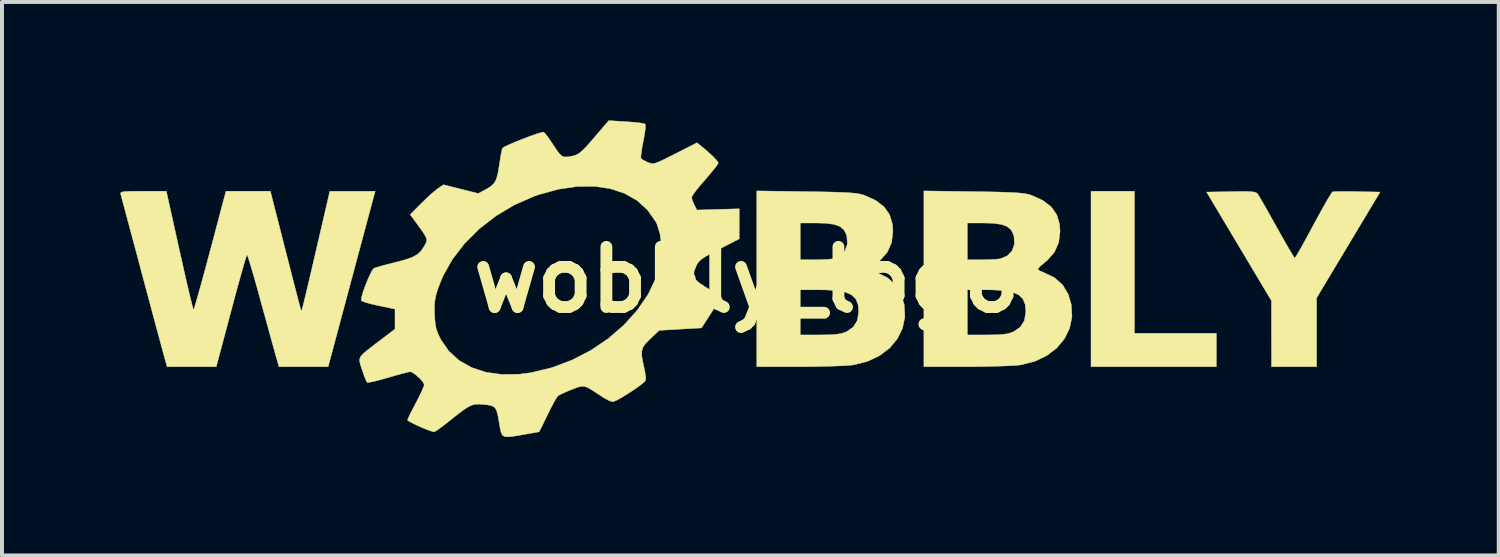
<source format=kicad_pcb>
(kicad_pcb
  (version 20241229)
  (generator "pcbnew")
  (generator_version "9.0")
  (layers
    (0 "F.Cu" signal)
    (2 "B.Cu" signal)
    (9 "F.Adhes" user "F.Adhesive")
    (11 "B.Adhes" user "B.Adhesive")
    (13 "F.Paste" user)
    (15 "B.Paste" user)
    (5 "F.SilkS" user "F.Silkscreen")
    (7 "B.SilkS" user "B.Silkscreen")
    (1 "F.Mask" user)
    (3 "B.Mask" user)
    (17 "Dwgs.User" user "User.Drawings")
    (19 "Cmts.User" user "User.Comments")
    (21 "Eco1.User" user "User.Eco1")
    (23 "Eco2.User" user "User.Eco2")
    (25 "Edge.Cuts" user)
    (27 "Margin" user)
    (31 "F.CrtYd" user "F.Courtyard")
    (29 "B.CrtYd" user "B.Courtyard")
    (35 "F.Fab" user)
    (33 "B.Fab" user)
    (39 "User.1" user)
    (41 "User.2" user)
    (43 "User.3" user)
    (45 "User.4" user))
  (footprint "wobbly_logo"
    (layer "F.Cu")
    (at 15.867 4.038)
    (property "Reference" "wobbly_logo" (at 0 0 0) (layer "F.SilkS") (effects (font (size 1.524 1.524) (thickness 0.3))))
    (attr through_hole)
    (fp_poly (pts (xy 9.821 1.355) (xy 11.896 1.355) (xy 11.896 2.201) (xy 8.721 2.201) (xy 8.721 -2.244) (xy 9.821 -2.244) (xy 9.821 1.355)) (stroke (width 0.01) (type solid)) (fill yes) (layer "F.SilkS"))
    (fp_poly (pts (xy 12.687 -2.237) (xy 12.804 -2.231) (xy 12.877 -2.218) (xy 12.921 -2.196) (xy 12.945 -2.171) (xy 12.982 -2.112) (xy 13.053 -1.992) (xy 13.15 -1.822) (xy 13.267 -1.614) (xy 13.397 -1.382) (xy 13.43 -1.323) (xy 13.559 -1.092) (xy 13.675 -0.889) (xy 13.771 -0.725) (xy 13.841 -0.609) (xy 13.879 -0.554) (xy 13.883 -0.55) (xy 13.909 -0.586) (xy 13.969 -0.686) (xy 14.056 -0.839) (xy 14.165 -1.036) (xy 14.289 -1.265) (xy 14.352 -1.381) (xy 14.482 -1.622) (xy 14.602 -1.838) (xy 14.704 -2.017) (xy 14.782 -2.147) (xy 14.83 -2.219) (xy 14.84 -2.229) (xy 14.897 -2.234) (xy 15.021 -2.237) (xy 15.196 -2.238) (xy 15.405 -2.235) (xy 15.464 -2.234) (xy 16.044 -2.223) (xy 15.24 -0.882) (xy 14.436 0.458) (xy 14.436 2.201) (xy 13.293 2.201) (xy 13.292 1.365) (xy 13.291 0.529) (xy 11.648 -2.223) (xy 12.269 -2.234) (xy 12.514 -2.238) (xy 12.687 -2.237)) (stroke (width 0.01) (type solid)) (fill yes) (layer "F.SilkS"))
    (fp_poly (pts (xy 1.513 -2.234) (xy 1.887 -2.229) (xy 2.185 -2.222) (xy 2.42 -2.214) (xy 2.601 -2.205) (xy 2.739 -2.193) (xy 2.844 -2.178) (xy 2.927 -2.159) (xy 2.981 -2.141) (xy 3.268 -2.01) (xy 3.479 -1.849) (xy 3.618 -1.651) (xy 3.69 -1.411) (xy 3.703 -1.228) (xy 3.669 -0.943) (xy 3.562 -0.701) (xy 3.378 -0.492) (xy 3.311 -0.437) (xy 3.212 -0.355) (xy 3.151 -0.29) (xy 3.14 -0.266) (xy 3.183 -0.231) (xy 3.275 -0.19) (xy 3.292 -0.184) (xy 3.563 -0.054) (xy 3.769 0.129) (xy 3.912 0.368) (xy 3.989 0.63) (xy 4.006 0.938) (xy 3.946 1.228) (xy 3.815 1.494) (xy 3.62 1.728) (xy 3.367 1.92) (xy 3.064 2.065) (xy 2.718 2.153) (xy 2.688 2.158) (xy 2.562 2.17) (xy 2.367 2.18) (xy 2.119 2.189) (xy 1.834 2.196) (xy 1.528 2.2) (xy 1.323 2.2) (xy 0.254 2.201) (xy 0.254 0.254) (xy 1.355 0.254) (xy 1.355 1.397) (xy 1.852 1.396) (xy 2.09 1.393) (xy 2.263 1.382) (xy 2.392 1.361) (xy 2.497 1.327) (xy 2.527 1.315) (xy 2.698 1.197) (xy 2.801 1.03) (xy 2.836 0.812) (xy 2.836 0.804) (xy 2.819 0.622) (xy 2.761 0.483) (xy 2.655 0.381) (xy 2.493 0.312) (xy 2.267 0.271) (xy 1.969 0.255) (xy 1.862 0.254) (xy 1.355 0.254) (xy 0.254 0.254) (xy 0.254 -0.508) (xy 1.355 -0.508) (xy 1.709 -0.508) (xy 1.891 -0.511) (xy 2.055 -0.519) (xy 2.17 -0.53) (xy 2.187 -0.533) (xy 2.365 -0.606) (xy 2.488 -0.735) (xy 2.548 -0.905) (xy 2.536 -1.102) (xy 2.523 -1.146) (xy 2.462 -1.266) (xy 2.361 -1.351) (xy 2.209 -1.405) (xy 1.995 -1.433) (xy 1.767 -1.439) (xy 1.355 -1.439) (xy 1.355 -0.508) (xy 0.254 -0.508) (xy 0.254 -2.252) (xy 1.513 -2.234)) (stroke (width 0.01) (type solid)) (fill yes) (layer "F.SilkS"))
    (fp_poly (pts (xy 5.747 -2.234) (xy 6.12 -2.229) (xy 6.419 -2.222) (xy 6.653 -2.214) (xy 6.835 -2.205) (xy 6.973 -2.193) (xy 7.078 -2.178) (xy 7.16 -2.159) (xy 7.214 -2.141) (xy 7.502 -2.01) (xy 7.712 -1.849) (xy 7.852 -1.651) (xy 7.924 -1.411) (xy 7.937 -1.228) (xy 7.902 -0.943) (xy 7.795 -0.701) (xy 7.612 -0.492) (xy 7.545 -0.437) (xy 7.446 -0.355) (xy 7.384 -0.29) (xy 7.374 -0.266) (xy 7.416 -0.231) (xy 7.509 -0.19) (xy 7.525 -0.184) (xy 7.796 -0.054) (xy 8.002 0.129) (xy 8.145 0.368) (xy 8.222 0.63) (xy 8.239 0.938) (xy 8.179 1.228) (xy 8.048 1.494) (xy 7.853 1.728) (xy 7.601 1.92) (xy 7.298 2.065) (xy 6.951 2.153) (xy 6.921 2.158) (xy 6.795 2.17) (xy 6.6 2.18) (xy 6.352 2.189) (xy 6.067 2.196) (xy 5.761 2.2) (xy 5.556 2.2) (xy 4.487 2.201) (xy 4.487 0.254) (xy 5.588 0.254) (xy 5.588 1.397) (xy 6.085 1.396) (xy 6.323 1.393) (xy 6.497 1.382) (xy 6.626 1.361) (xy 6.73 1.327) (xy 6.76 1.315) (xy 6.931 1.197) (xy 7.034 1.03) (xy 7.07 0.812) (xy 7.07 0.804) (xy 7.052 0.622) (xy 6.995 0.483) (xy 6.889 0.381) (xy 6.727 0.312) (xy 6.501 0.271) (xy 6.202 0.255) (xy 6.095 0.254) (xy 5.588 0.254) (xy 4.487 0.254) (xy 4.487 -0.508) (xy 5.588 -0.508) (xy 5.943 -0.508) (xy 6.124 -0.511) (xy 6.288 -0.519) (xy 6.403 -0.53) (xy 6.42 -0.533) (xy 6.599 -0.606) (xy 6.722 -0.735) (xy 6.781 -0.905) (xy 6.769 -1.102) (xy 6.757 -1.146) (xy 6.696 -1.266) (xy 6.595 -1.351) (xy 6.443 -1.405) (xy 6.228 -1.433) (xy 6.001 -1.439) (xy 5.588 -1.439) (xy 5.588 -0.508) (xy 4.487 -0.508) (xy 4.487 -2.252) (xy 5.747 -2.234)) (stroke (width 0.01) (type solid)) (fill yes) (layer "F.SilkS"))
    (fp_poly (pts (xy -14.37 -0.741) (xy -14.293 -0.398) (xy -14.222 -0.082) (xy -14.157 0.197) (xy -14.102 0.43) (xy -14.058 0.608) (xy -14.028 0.722) (xy -14.014 0.762) (xy -14.014 0.762) (xy -13.998 0.723) (xy -13.964 0.61) (xy -13.913 0.434) (xy -13.848 0.203) (xy -13.772 -0.073) (xy -13.687 -0.386) (xy -13.596 -0.727) (xy -13.592 -0.741) (xy -13.193 -2.244) (xy -12.068 -2.244) (xy -12.027 -2.085) (xy -12.007 -2.006) (xy -11.969 -1.856) (xy -11.915 -1.646) (xy -11.849 -1.388) (xy -11.774 -1.092) (xy -11.692 -0.769) (xy -11.641 -0.572) (xy -11.558 -0.247) (xy -11.482 0.05) (xy -11.414 0.311) (xy -11.359 0.525) (xy -11.317 0.683) (xy -11.291 0.774) (xy -11.285 0.794) (xy -11.279 0.786) (xy -11.267 0.749) (xy -11.247 0.679) (xy -11.219 0.567) (xy -11.18 0.408) (xy -11.13 0.197) (xy -11.066 -0.074) (xy -10.987 -0.41) (xy -10.893 -0.818) (xy -10.81 -1.175) (xy -10.562 -2.243) (xy -9.987 -2.243) (xy -9.413 -2.244) (xy -10.009 -0.021) (xy -10.604 2.201) (xy -11.227 2.201) (xy -11.85 2.201) (xy -11.908 2) (xy -11.935 1.908) (xy -11.979 1.747) (xy -12.04 1.528) (xy -12.112 1.265) (xy -12.193 0.97) (xy -12.28 0.655) (xy -12.3 0.582) (xy -12.384 0.276) (xy -12.462 -0.002) (xy -12.532 -0.241) (xy -12.589 -0.433) (xy -12.631 -0.566) (xy -12.655 -0.63) (xy -12.659 -0.635) (xy -12.675 -0.596) (xy -12.711 -0.484) (xy -12.762 -0.308) (xy -12.827 -0.079) (xy -12.903 0.195) (xy -12.987 0.504) (xy -13.061 0.783) (xy -13.438 2.201) (xy -14.684 2.201) (xy -14.747 1.979) (xy -14.77 1.893) (xy -14.813 1.735) (xy -14.873 1.513) (xy -14.948 1.237) (xy -15.034 0.916) (xy -15.129 0.56) (xy -15.231 0.178) (xy -15.324 -0.169) (xy -15.428 -0.561) (xy -15.527 -0.928) (xy -15.617 -1.264) (xy -15.696 -1.56) (xy -15.762 -1.807) (xy -15.813 -1.996) (xy -15.846 -2.12) (xy -15.859 -2.17) (xy -15.862 -2.199) (xy -15.84 -2.219) (xy -15.783 -2.233) (xy -15.676 -2.24) (xy -15.509 -2.243) (xy -15.292 -2.244) (xy -14.703 -2.244) (xy -14.37 -0.741)) (stroke (width 0.01) (type solid)) (fill yes) (layer "F.SilkS"))
    (fp_poly (pts (xy -3.052 -4.006) (xy -2.865 -3.992) (xy -2.71 -3.975) (xy -2.606 -3.957) (xy -2.573 -3.945) (xy -2.566 -3.891) (xy -2.576 -3.775) (xy -2.601 -3.615) (xy -2.621 -3.512) (xy -2.654 -3.337) (xy -2.675 -3.192) (xy -2.683 -3.099) (xy -2.68 -3.076) (xy -2.628 -3.037) (xy -2.531 -2.987) (xy -2.507 -2.977) (xy -2.447 -2.954) (xy -2.392 -2.944) (xy -2.328 -2.952) (xy -2.241 -2.982) (xy -2.115 -3.04) (xy -1.937 -3.129) (xy -1.81 -3.193) (xy -1.263 -3.472) (xy -1.157 -3.389) (xy -1.007 -3.264) (xy -0.875 -3.144) (xy -0.776 -3.043) (xy -0.724 -2.975) (xy -0.72 -2.961) (xy -0.746 -2.913) (xy -0.819 -2.817) (xy -0.926 -2.686) (xy -1.057 -2.534) (xy -1.058 -2.532) (xy -1.19 -2.379) (xy -1.298 -2.244) (xy -1.37 -2.142) (xy -1.397 -2.088) (xy -1.378 -2.011) (xy -1.334 -1.905) (xy -1.33 -1.898) (xy -1.263 -1.768) (xy -0.727 -1.784) (xy -0.191 -1.799) (xy -0.191 -1.037) (xy -0.698 -0.777) (xy -0.909 -0.667) (xy -1.056 -0.583) (xy -1.155 -0.516) (xy -1.219 -0.455) (xy -1.263 -0.389) (xy -1.28 -0.353) (xy -1.334 -0.213) (xy -1.344 -0.105) (xy -1.302 -0.011) (xy -1.199 0.082) (xy -1.028 0.194) (xy -1.006 0.207) (xy -0.86 0.298) (xy -0.748 0.378) (xy -0.685 0.434) (xy -0.678 0.449) (xy -0.699 0.502) (xy -0.758 0.608) (xy -0.844 0.751) (xy -0.912 0.857) (xy -1.146 1.219) (xy -1.682 1.25) (xy -2.218 1.281) (xy -2.443 1.493) (xy -2.559 1.61) (xy -2.63 1.709) (xy -2.662 1.813) (xy -2.658 1.944) (xy -2.624 2.125) (xy -2.603 2.216) (xy -2.574 2.365) (xy -2.559 2.485) (xy -2.562 2.547) (xy -2.608 2.599) (xy -2.709 2.68) (xy -2.847 2.777) (xy -3.001 2.879) (xy -3.153 2.972) (xy -3.284 3.046) (xy -3.375 3.086) (xy -3.397 3.09) (xy -3.471 3.068) (xy -3.587 3.008) (xy -3.717 2.927) (xy -3.89 2.812) (xy -4.013 2.738) (xy -4.106 2.701) (xy -4.192 2.698) (xy -4.29 2.724) (xy -4.423 2.775) (xy -4.433 2.779) (xy -4.583 2.841) (xy -4.706 2.898) (xy -4.778 2.937) (xy -4.779 2.938) (xy -4.821 2.993) (xy -4.888 3.108) (xy -4.971 3.265) (xy -5.047 3.418) (xy -5.13 3.59) (xy -5.198 3.73) (xy -5.245 3.822) (xy -5.262 3.852) (xy -5.305 3.859) (xy -5.411 3.877) (xy -5.561 3.904) (xy -5.63 3.916) (xy -5.859 3.956) (xy -6.018 3.977) (xy -6.123 3.974) (xy -6.186 3.941) (xy -6.223 3.871) (xy -6.248 3.759) (xy -6.266 3.651) (xy -6.301 3.45) (xy -6.335 3.318) (xy -6.38 3.237) (xy -6.449 3.194) (xy -6.553 3.171) (xy -6.651 3.16) (xy -6.775 3.15) (xy -6.878 3.154) (xy -6.974 3.179) (xy -7.08 3.233) (xy -7.211 3.322) (xy -7.381 3.453) (xy -7.526 3.569) (xy -7.674 3.686) (xy -7.8 3.779) (xy -7.888 3.838) (xy -7.92 3.852) (xy -7.988 3.836) (xy -8.102 3.795) (xy -8.24 3.738) (xy -8.379 3.675) (xy -8.499 3.616) (xy -8.576 3.571) (xy -8.594 3.553) (xy -8.575 3.502) (xy -8.524 3.395) (xy -8.449 3.247) (xy -8.382 3.12) (xy -8.294 2.95) (xy -8.224 2.803) (xy -8.181 2.697) (xy -8.17 2.657) (xy -8.202 2.59) (xy -8.279 2.501) (xy -8.377 2.412) (xy -8.47 2.347) (xy -8.525 2.328) (xy -8.585 2.34) (xy -8.708 2.371) (xy -8.877 2.417) (xy -9.074 2.474) (xy -9.08 2.475) (xy -9.274 2.53) (xy -9.439 2.572) (xy -9.557 2.597) (xy -9.613 2.602) (xy -9.614 2.601) (xy -9.642 2.553) (xy -9.687 2.446) (xy -9.737 2.302) (xy -9.743 2.284) (xy -9.782 2.165) (xy -9.806 2.076) (xy -9.806 2.004) (xy -9.775 1.936) (xy -9.705 1.861) (xy -9.589 1.765) (xy -9.419 1.634) (xy -9.303 1.546) (xy -8.911 1.247) (xy -8.911 0.741) (xy -8.981 0.726) (xy -7.913 0.726) (xy -7.908 0.889) (xy -7.894 1.087) (xy -7.868 1.236) (xy -7.82 1.37) (xy -7.748 1.517) (xy -7.546 1.809) (xy -7.284 2.045) (xy -6.968 2.223) (xy -6.604 2.342) (xy -6.198 2.398) (xy -5.756 2.391) (xy -5.456 2.351) (xy -4.93 2.223) (xy -4.424 2.032) (xy -3.947 1.785) (xy -3.507 1.488) (xy -3.113 1.147) (xy -2.774 0.771) (xy -2.497 0.366) (xy -2.292 -0.062) (xy -2.221 -0.271) (xy -2.168 -0.554) (xy -2.16 -0.855) (xy -2.194 -1.146) (xy -2.27 -1.398) (xy -2.305 -1.471) (xy -2.514 -1.769) (xy -2.779 -2.009) (xy -3.096 -2.189) (xy -3.459 -2.309) (xy -3.862 -2.368) (xy -4.3 -2.363) (xy -4.767 -2.295) (xy -5.258 -2.161) (xy -5.388 -2.116) (xy -5.887 -1.897) (xy -6.353 -1.619) (xy -6.776 -1.291) (xy -7.147 -0.921) (xy -7.458 -0.517) (xy -7.7 -0.088) (xy -7.817 0.207) (xy -7.875 0.396) (xy -7.905 0.555) (xy -7.913 0.726) (xy -8.981 0.726) (xy -9.332 0.654) (xy -9.509 0.614) (xy -9.653 0.574) (xy -9.744 0.54) (xy -9.767 0.523) (xy -9.761 0.455) (xy -9.728 0.333) (xy -9.675 0.181) (xy -9.611 0.02) (xy -9.546 -0.128) (xy -9.488 -0.239) (xy -9.447 -0.291) (xy -9.379 -0.315) (xy -9.249 -0.353) (xy -9.075 -0.399) (xy -8.892 -0.445) (xy -8.649 -0.51) (xy -8.472 -0.572) (xy -8.346 -0.642) (xy -8.251 -0.73) (xy -8.173 -0.847) (xy -8.141 -0.905) (xy -8.116 -0.959) (xy -8.107 -1.009) (xy -8.122 -1.069) (xy -8.165 -1.15) (xy -8.243 -1.267) (xy -8.363 -1.431) (xy -8.439 -1.535) (xy -8.526 -1.653) (xy -8.253 -1.928) (xy -8.111 -2.066) (xy -7.972 -2.193) (xy -7.859 -2.286) (xy -7.832 -2.307) (xy -7.684 -2.409) (xy -7.243 -2.298) (xy -6.802 -2.187) (xy -6.614 -2.287) (xy -6.489 -2.362) (xy -6.402 -2.443) (xy -6.344 -2.549) (xy -6.302 -2.701) (xy -6.267 -2.917) (xy -6.266 -2.924) (xy -6.24 -3.094) (xy -6.214 -3.234) (xy -6.193 -3.321) (xy -6.187 -3.335) (xy -6.137 -3.369) (xy -6.026 -3.422) (xy -5.874 -3.488) (xy -5.7 -3.558) (xy -5.522 -3.626) (xy -5.358 -3.685) (xy -5.23 -3.725) (xy -5.154 -3.742) (xy -5.144 -3.741) (xy -5.101 -3.699) (xy -5.029 -3.605) (xy -4.942 -3.478) (xy -4.935 -3.466) (xy -4.824 -3.299) (xy -4.744 -3.192) (xy -4.678 -3.133) (xy -4.611 -3.112) (xy -4.53 -3.115) (xy -4.498 -3.12) (xy -4.395 -3.139) (xy -4.309 -3.168) (xy -4.228 -3.218) (xy -4.137 -3.299) (xy -4.022 -3.422) (xy -3.868 -3.598) (xy -3.844 -3.627) (xy -3.496 -4.033) (xy -3.052 -4.006)) (stroke (width 0.01) (type solid)) (fill yes) (layer "F.SilkS")))
  (gr_rect
    (start -3 -3)
    (end 34.916 11.021)
    (stroke (width 0.1) (type default))
    (fill no)
    (layer "Edge.Cuts")))
</source>
